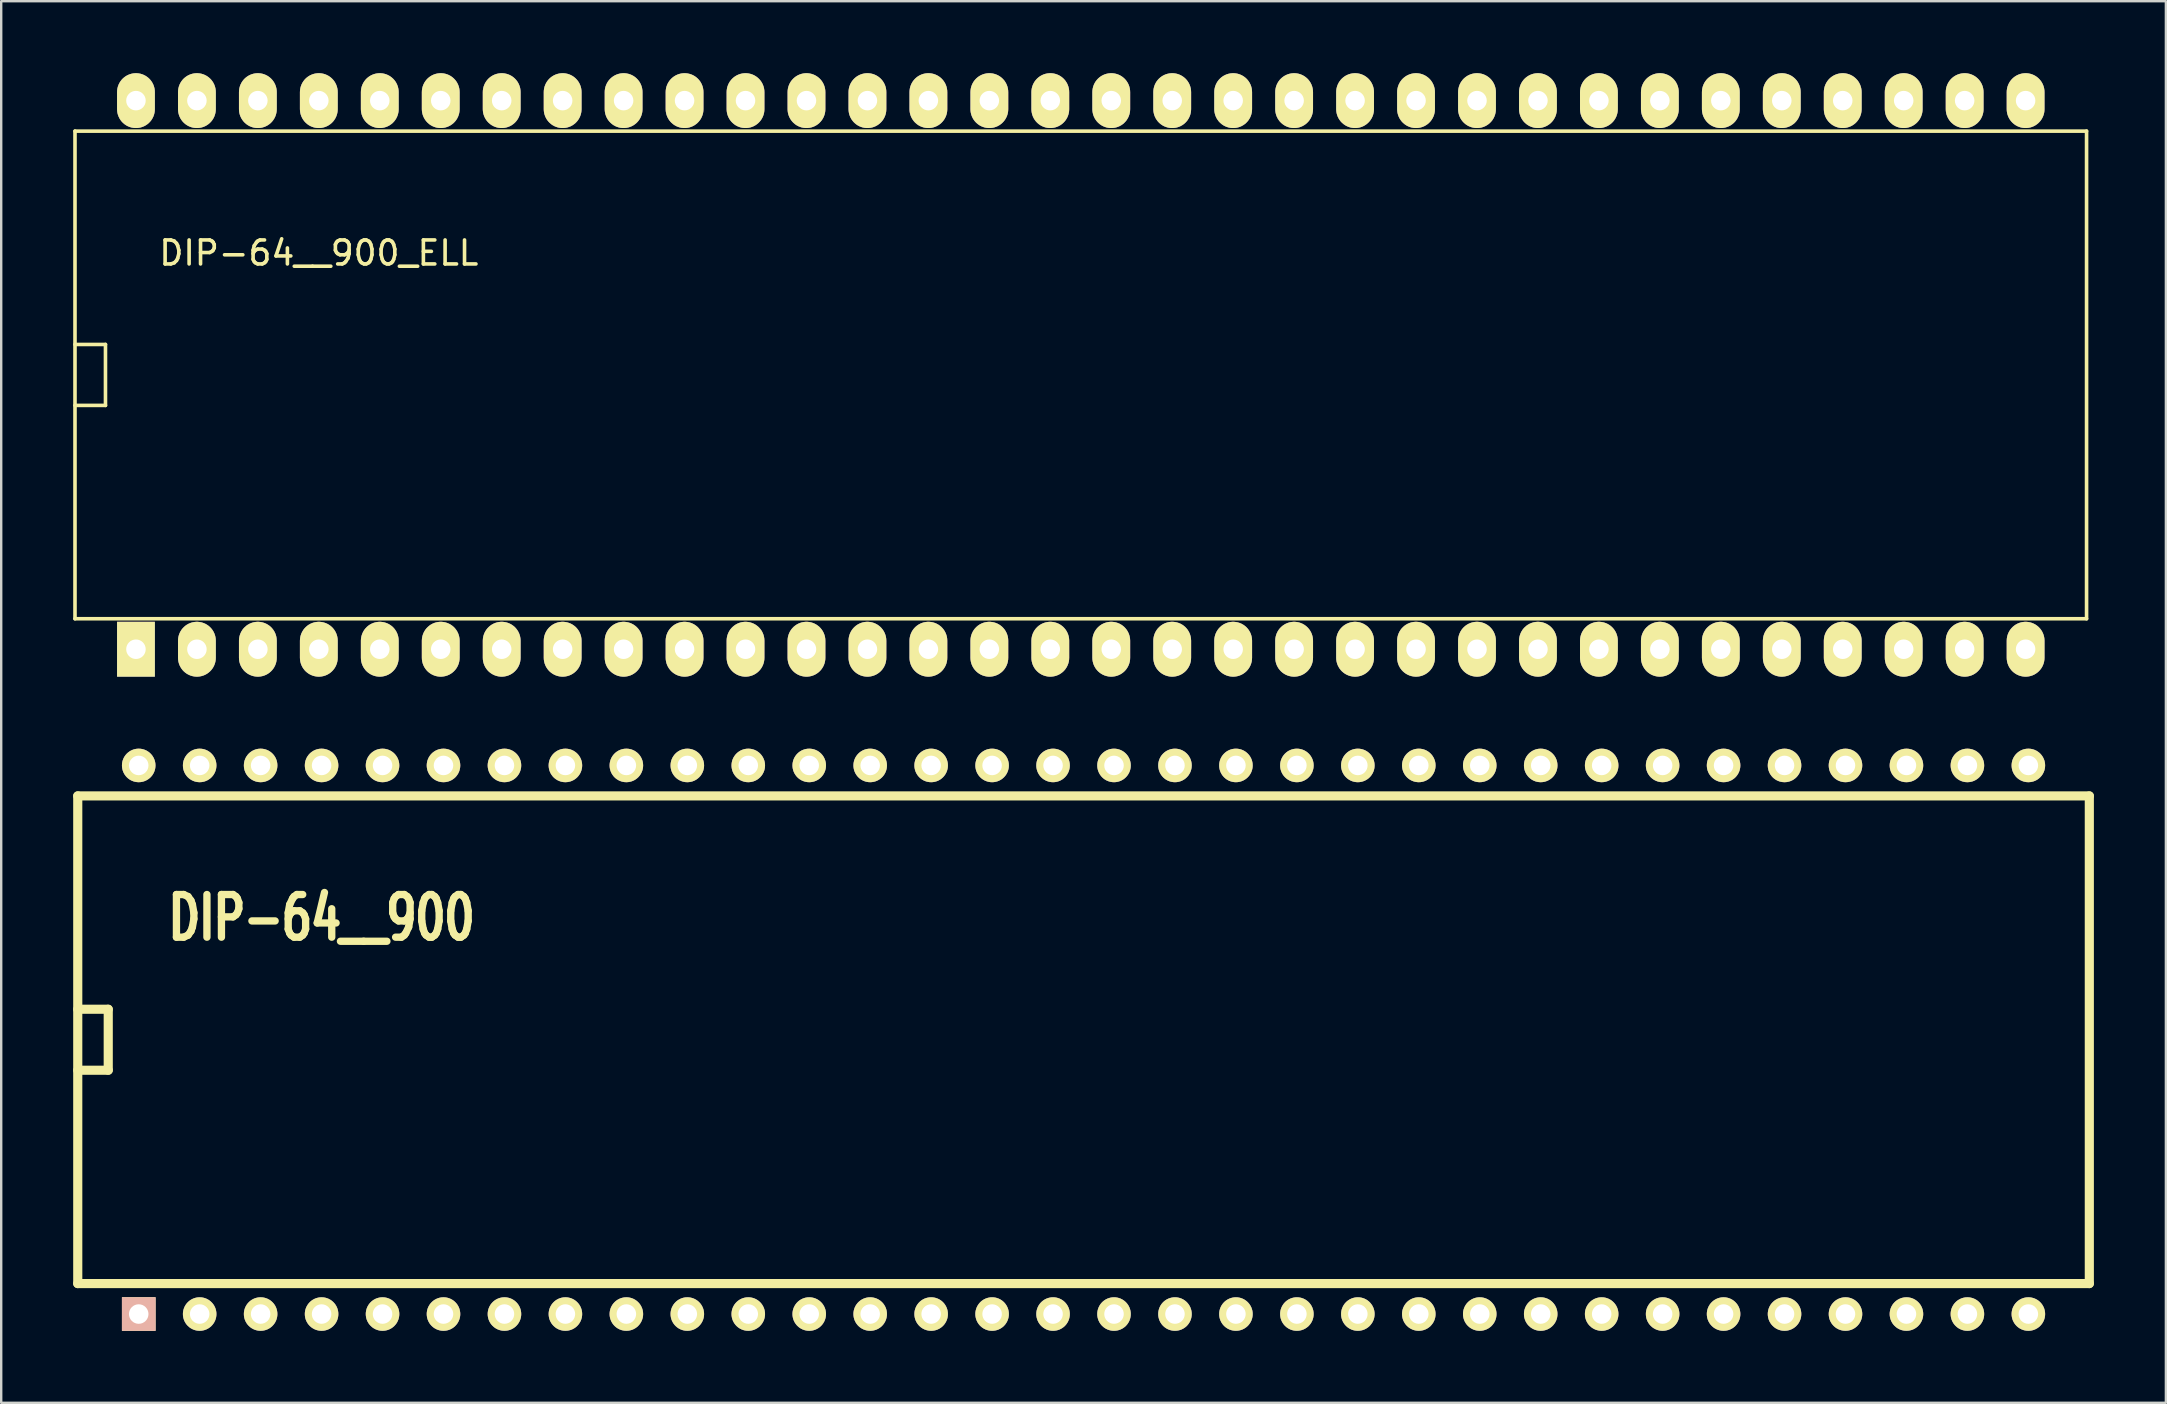
<source format=kicad_pcb>
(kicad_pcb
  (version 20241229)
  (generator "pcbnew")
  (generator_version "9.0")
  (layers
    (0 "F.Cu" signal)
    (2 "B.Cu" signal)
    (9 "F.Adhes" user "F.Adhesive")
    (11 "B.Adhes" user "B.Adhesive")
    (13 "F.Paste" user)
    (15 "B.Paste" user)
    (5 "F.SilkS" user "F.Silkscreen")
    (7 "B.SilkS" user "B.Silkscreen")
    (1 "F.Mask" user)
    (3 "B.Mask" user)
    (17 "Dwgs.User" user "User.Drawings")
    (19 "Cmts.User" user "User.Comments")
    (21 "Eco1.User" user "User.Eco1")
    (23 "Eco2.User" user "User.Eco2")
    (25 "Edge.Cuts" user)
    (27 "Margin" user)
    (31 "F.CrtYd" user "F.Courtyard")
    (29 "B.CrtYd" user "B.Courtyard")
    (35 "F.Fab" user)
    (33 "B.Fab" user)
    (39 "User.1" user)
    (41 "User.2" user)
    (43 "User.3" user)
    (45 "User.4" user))
  (footprint "DIP-64__900_ELL"
    (layer "F.Cu")
    (at 41.985 12.573)
    (property "Reference" "DIP-64__900_ELL" (at -31.75 -5.08 0) (layer "F.SilkS") (effects (font (size 1 1) (thickness 0.15))))
    (attr through_hole)
    (fp_line (start -41.91 -10.16) (end 41.91 -10.16) (stroke (width 0.15) (type solid)) (layer "F.SilkS"))
    (fp_line (start -41.91 1.27) (end -40.64 1.27) (stroke (width 0.15) (type solid)) (layer "F.SilkS"))
    (fp_line (start -41.91 10.16) (end -41.91 -10.16) (stroke (width 0.15) (type solid)) (layer "F.SilkS"))
    (fp_line (start -40.64 -1.27) (end -41.91 -1.27) (stroke (width 0.15) (type solid)) (layer "F.SilkS"))
    (fp_line (start -40.64 1.27) (end -40.64 -1.27) (stroke (width 0.15) (type solid)) (layer "F.SilkS"))
    (fp_line (start 41.91 -10.16) (end 41.91 10.16) (stroke (width 0.15) (type solid)) (layer "F.SilkS"))
    (fp_line (start 41.91 10.16) (end -41.91 10.16) (stroke (width 0.15) (type solid)) (layer "F.SilkS"))
    (pad "1" thru_hole rect (at -39.37 11.43) (size 1.575 2.286) (drill 0.813) (layers "*.Cu" "*.Mask" "F.SilkS"))
    (pad "2" thru_hole oval (at -36.83 11.43) (size 1.575 2.286) (drill 0.813) (layers "*.Cu" "*.Mask" "F.SilkS"))
    (pad "3" thru_hole oval (at -34.29 11.43) (size 1.575 2.286) (drill 0.813) (layers "*.Cu" "*.Mask" "F.SilkS"))
    (pad "4" thru_hole oval (at -31.75 11.43) (size 1.575 2.286) (drill 0.813) (layers "*.Cu" "*.Mask" "F.SilkS"))
    (pad "5" thru_hole oval (at -29.21 11.43) (size 1.575 2.286) (drill 0.813) (layers "*.Cu" "*.Mask" "F.SilkS"))
    (pad "6" thru_hole oval (at -26.67 11.43) (size 1.575 2.286) (drill 0.813) (layers "*.Cu" "*.Mask" "F.SilkS"))
    (pad "7" thru_hole oval (at -24.13 11.43) (size 1.575 2.286) (drill 0.813) (layers "*.Cu" "*.Mask" "F.SilkS"))
    (pad "8" thru_hole oval (at -21.59 11.43) (size 1.575 2.286) (drill 0.813) (layers "*.Cu" "*.Mask" "F.SilkS"))
    (pad "9" thru_hole oval (at -19.05 11.43) (size 1.575 2.286) (drill 0.813) (layers "*.Cu" "*.Mask" "F.SilkS"))
    (pad "10" thru_hole oval (at -16.51 11.43) (size 1.575 2.286) (drill 0.813) (layers "*.Cu" "*.Mask" "F.SilkS"))
    (pad "11" thru_hole oval (at -13.97 11.43) (size 1.575 2.286) (drill 0.813) (layers "*.Cu" "*.Mask" "F.SilkS"))
    (pad "12" thru_hole oval (at -11.43 11.43) (size 1.575 2.286) (drill 0.813) (layers "*.Cu" "*.Mask" "F.SilkS"))
    (pad "13" thru_hole oval (at -8.89 11.43) (size 1.575 2.286) (drill 0.813) (layers "*.Cu" "*.Mask" "F.SilkS"))
    (pad "14" thru_hole oval (at -6.35 11.43) (size 1.575 2.286) (drill 0.813) (layers "*.Cu" "*.Mask" "F.SilkS"))
    (pad "15" thru_hole oval (at -3.81 11.43) (size 1.575 2.286) (drill 0.813) (layers "*.Cu" "*.Mask" "F.SilkS"))
    (pad "16" thru_hole oval (at -1.27 11.43) (size 1.575 2.286) (drill 0.813) (layers "*.Cu" "*.Mask" "F.SilkS"))
    (pad "17" thru_hole oval (at 1.27 11.43) (size 1.575 2.286) (drill 0.813) (layers "*.Cu" "*.Mask" "F.SilkS"))
    (pad "18" thru_hole oval (at 3.81 11.43) (size 1.575 2.286) (drill 0.813) (layers "*.Cu" "*.Mask" "F.SilkS"))
    (pad "19" thru_hole oval (at 6.35 11.43) (size 1.575 2.286) (drill 0.813) (layers "*.Cu" "*.Mask" "F.SilkS"))
    (pad "20" thru_hole oval (at 8.89 11.43) (size 1.575 2.286) (drill 0.813) (layers "*.Cu" "*.Mask" "F.SilkS"))
    (pad "21" thru_hole oval (at 11.43 11.43) (size 1.575 2.286) (drill 0.813) (layers "*.Cu" "*.Mask" "F.SilkS"))
    (pad "22" thru_hole oval (at 13.97 11.43) (size 1.575 2.286) (drill 0.813) (layers "*.Cu" "*.Mask" "F.SilkS"))
    (pad "23" thru_hole oval (at 16.51 11.43) (size 1.575 2.286) (drill 0.813) (layers "*.Cu" "*.Mask" "F.SilkS"))
    (pad "24" thru_hole oval (at 19.05 11.43) (size 1.575 2.286) (drill 0.813) (layers "*.Cu" "*.Mask" "F.SilkS"))
    (pad "25" thru_hole oval (at 21.59 11.43) (size 1.575 2.286) (drill 0.813) (layers "*.Cu" "*.Mask" "F.SilkS"))
    (pad "26" thru_hole oval (at 24.13 11.43) (size 1.575 2.286) (drill 0.813) (layers "*.Cu" "*.Mask" "F.SilkS"))
    (pad "27" thru_hole oval (at 26.67 11.43) (size 1.575 2.286) (drill 0.813) (layers "*.Cu" "*.Mask" "F.SilkS"))
    (pad "28" thru_hole oval (at 29.21 11.43) (size 1.575 2.286) (drill 0.813) (layers "*.Cu" "*.Mask" "F.SilkS"))
    (pad "29" thru_hole oval (at 31.75 11.43) (size 1.575 2.286) (drill 0.813) (layers "*.Cu" "*.Mask" "F.SilkS"))
    (pad "30" thru_hole oval (at 34.29 11.43) (size 1.575 2.286) (drill 0.813) (layers "*.Cu" "*.Mask" "F.SilkS"))
    (pad "31" thru_hole oval (at 36.83 11.43) (size 1.575 2.286) (drill 0.813) (layers "*.Cu" "*.Mask" "F.SilkS"))
    (pad "32" thru_hole oval (at 39.37 11.43) (size 1.575 2.286) (drill 0.813) (layers "*.Cu" "*.Mask" "F.SilkS"))
    (pad "33" thru_hole oval (at 39.37 -11.43) (size 1.575 2.286) (drill 0.813) (layers "*.Cu" "*.Mask" "F.SilkS"))
    (pad "34" thru_hole oval (at 36.83 -11.43) (size 1.575 2.286) (drill 0.813) (layers "*.Cu" "*.Mask" "F.SilkS"))
    (pad "35" thru_hole oval (at 34.29 -11.43) (size 1.575 2.286) (drill 0.813) (layers "*.Cu" "*.Mask" "F.SilkS"))
    (pad "36" thru_hole oval (at 31.75 -11.43) (size 1.575 2.286) (drill 0.813) (layers "*.Cu" "*.Mask" "F.SilkS"))
    (pad "37" thru_hole oval (at 29.21 -11.43) (size 1.575 2.286) (drill 0.813) (layers "*.Cu" "*.Mask" "F.SilkS"))
    (pad "38" thru_hole oval (at 26.67 -11.43) (size 1.575 2.286) (drill 0.813) (layers "*.Cu" "*.Mask" "F.SilkS"))
    (pad "39" thru_hole oval (at 24.13 -11.43) (size 1.575 2.286) (drill 0.813) (layers "*.Cu" "*.Mask" "F.SilkS"))
    (pad "40" thru_hole oval (at 21.59 -11.43) (size 1.575 2.286) (drill 0.813) (layers "*.Cu" "*.Mask" "F.SilkS"))
    (pad "41" thru_hole oval (at 19.05 -11.43) (size 1.575 2.286) (drill 0.813) (layers "*.Cu" "*.Mask" "F.SilkS"))
    (pad "42" thru_hole oval (at 16.51 -11.43) (size 1.575 2.286) (drill 0.813) (layers "*.Cu" "*.Mask" "F.SilkS"))
    (pad "43" thru_hole oval (at 13.97 -11.43) (size 1.575 2.286) (drill 0.813) (layers "*.Cu" "*.Mask" "F.SilkS"))
    (pad "44" thru_hole oval (at 11.43 -11.43) (size 1.575 2.286) (drill 0.813) (layers "*.Cu" "*.Mask" "F.SilkS"))
    (pad "45" thru_hole oval (at 8.89 -11.43) (size 1.575 2.286) (drill 0.813) (layers "*.Cu" "*.Mask" "F.SilkS"))
    (pad "46" thru_hole oval (at 6.35 -11.43) (size 1.575 2.286) (drill 0.813) (layers "*.Cu" "*.Mask" "F.SilkS"))
    (pad "47" thru_hole oval (at 3.81 -11.43) (size 1.575 2.286) (drill 0.813) (layers "*.Cu" "*.Mask" "F.SilkS"))
    (pad "48" thru_hole oval (at 1.27 -11.43) (size 1.575 2.286) (drill 0.813) (layers "*.Cu" "*.Mask" "F.SilkS"))
    (pad "49" thru_hole oval (at -1.27 -11.43) (size 1.575 2.286) (drill 0.813) (layers "*.Cu" "*.Mask" "F.SilkS"))
    (pad "50" thru_hole oval (at -3.81 -11.43) (size 1.575 2.286) (drill 0.813) (layers "*.Cu" "*.Mask" "F.SilkS"))
    (pad "51" thru_hole oval (at -6.35 -11.43) (size 1.575 2.286) (drill 0.813) (layers "*.Cu" "*.Mask" "F.SilkS"))
    (pad "52" thru_hole oval (at -8.89 -11.43) (size 1.575 2.286) (drill 0.813) (layers "*.Cu" "*.Mask" "F.SilkS"))
    (pad "53" thru_hole oval (at -11.43 -11.43) (size 1.575 2.286) (drill 0.813) (layers "*.Cu" "*.Mask" "F.SilkS"))
    (pad "54" thru_hole oval (at -13.97 -11.43) (size 1.575 2.286) (drill 0.813) (layers "*.Cu" "*.Mask" "F.SilkS"))
    (pad "55" thru_hole oval (at -16.51 -11.43) (size 1.575 2.286) (drill 0.813) (layers "*.Cu" "*.Mask" "F.SilkS"))
    (pad "56" thru_hole oval (at -19.05 -11.43) (size 1.575 2.286) (drill 0.813) (layers "*.Cu" "*.Mask" "F.SilkS"))
    (pad "57" thru_hole oval (at -21.59 -11.43) (size 1.575 2.286) (drill 0.813) (layers "*.Cu" "*.Mask" "F.SilkS"))
    (pad "58" thru_hole oval (at -24.13 -11.43) (size 1.575 2.286) (drill 0.813) (layers "*.Cu" "*.Mask" "F.SilkS"))
    (pad "59" thru_hole oval (at -26.67 -11.43) (size 1.575 2.286) (drill 0.813) (layers "*.Cu" "*.Mask" "F.SilkS"))
    (pad "60" thru_hole oval (at -29.21 -11.43) (size 1.575 2.286) (drill 0.813) (layers "*.Cu" "*.Mask" "F.SilkS"))
    (pad "61" thru_hole oval (at -31.75 -11.43) (size 1.575 2.286) (drill 0.813) (layers "*.Cu" "*.Mask" "F.SilkS"))
    (pad "62" thru_hole oval (at -34.29 -11.43) (size 1.575 2.286) (drill 0.813) (layers "*.Cu" "*.Mask" "F.SilkS"))
    (pad "63" thru_hole oval (at -36.83 -11.43) (size 1.575 2.286) (drill 0.813) (layers "*.Cu" "*.Mask" "F.SilkS"))
    (pad "64" thru_hole oval (at -39.37 -11.43) (size 1.575 2.286) (drill 0.813) (layers "*.Cu" "*.Mask" "F.SilkS")))
  (footprint "DIP-64__900"
    (layer "F.Cu")
    (at 42.1 40.275)
    (property "Reference" "DIP-64__900" (at -31.75 -5.08 0) (layer "F.SilkS") (effects (font (size 1.778 1.27) (thickness 0.305))))
    (attr through_hole)
    (fp_line (start -41.91 -10.16) (end 41.91 -10.16) (stroke (width 0.381) (type solid)) (layer "F.SilkS"))
    (fp_line (start -41.91 1.27) (end -40.64 1.27) (stroke (width 0.381) (type solid)) (layer "F.SilkS"))
    (fp_line (start -41.91 10.16) (end -41.91 -10.16) (stroke (width 0.381) (type solid)) (layer "F.SilkS"))
    (fp_line (start -40.64 -1.27) (end -41.91 -1.27) (stroke (width 0.381) (type solid)) (layer "F.SilkS"))
    (fp_line (start -40.64 1.27) (end -40.64 -1.27) (stroke (width 0.381) (type solid)) (layer "F.SilkS"))
    (fp_line (start 41.91 -10.16) (end 41.91 10.16) (stroke (width 0.381) (type solid)) (layer "F.SilkS"))
    (fp_line (start 41.91 10.16) (end -41.91 10.16) (stroke (width 0.381) (type solid)) (layer "F.SilkS"))
    (pad "1" thru_hole rect (at -39.37 11.43) (size 1.397 1.397) (drill 0.813) (layers "*.Cu" "*.SilkS" "*.Mask"))
    (pad "2" thru_hole circle (at -36.83 11.43) (size 1.397 1.397) (drill 0.813) (layers "*.Cu" "*.Mask" "F.SilkS"))
    (pad "3" thru_hole circle (at -34.29 11.43) (size 1.397 1.397) (drill 0.813) (layers "*.Cu" "*.Mask" "F.SilkS"))
    (pad "4" thru_hole circle (at -31.75 11.43) (size 1.397 1.397) (drill 0.813) (layers "*.Cu" "*.Mask" "F.SilkS"))
    (pad "5" thru_hole circle (at -29.21 11.43) (size 1.397 1.397) (drill 0.813) (layers "*.Cu" "*.Mask" "F.SilkS"))
    (pad "6" thru_hole circle (at -26.67 11.43) (size 1.397 1.397) (drill 0.813) (layers "*.Cu" "*.Mask" "F.SilkS"))
    (pad "7" thru_hole circle (at -24.13 11.43) (size 1.397 1.397) (drill 0.813) (layers "*.Cu" "*.Mask" "F.SilkS"))
    (pad "8" thru_hole circle (at -21.59 11.43) (size 1.397 1.397) (drill 0.813) (layers "*.Cu" "*.Mask" "F.SilkS"))
    (pad "9" thru_hole circle (at -19.05 11.43) (size 1.397 1.397) (drill 0.813) (layers "*.Cu" "*.Mask" "F.SilkS"))
    (pad "10" thru_hole circle (at -16.51 11.43) (size 1.397 1.397) (drill 0.813) (layers "*.Cu" "*.Mask" "F.SilkS"))
    (pad "11" thru_hole circle (at -13.97 11.43) (size 1.397 1.397) (drill 0.813) (layers "*.Cu" "*.Mask" "F.SilkS"))
    (pad "12" thru_hole circle (at -11.43 11.43) (size 1.397 1.397) (drill 0.813) (layers "*.Cu" "*.Mask" "F.SilkS"))
    (pad "13" thru_hole circle (at -8.89 11.43) (size 1.397 1.397) (drill 0.813) (layers "*.Cu" "*.Mask" "F.SilkS"))
    (pad "14" thru_hole circle (at -6.35 11.43) (size 1.397 1.397) (drill 0.813) (layers "*.Cu" "*.Mask" "F.SilkS"))
    (pad "15" thru_hole circle (at -3.81 11.43) (size 1.397 1.397) (drill 0.813) (layers "*.Cu" "*.Mask" "F.SilkS"))
    (pad "16" thru_hole circle (at -1.27 11.43) (size 1.397 1.397) (drill 0.813) (layers "*.Cu" "*.Mask" "F.SilkS"))
    (pad "17" thru_hole circle (at 1.27 11.43) (size 1.397 1.397) (drill 0.813) (layers "*.Cu" "*.Mask" "F.SilkS"))
    (pad "18" thru_hole circle (at 3.81 11.43) (size 1.397 1.397) (drill 0.813) (layers "*.Cu" "*.Mask" "F.SilkS"))
    (pad "19" thru_hole circle (at 6.35 11.43) (size 1.397 1.397) (drill 0.813) (layers "*.Cu" "*.Mask" "F.SilkS"))
    (pad "20" thru_hole circle (at 8.89 11.43) (size 1.397 1.397) (drill 0.813) (layers "*.Cu" "*.Mask" "F.SilkS"))
    (pad "21" thru_hole circle (at 11.43 11.43) (size 1.397 1.397) (drill 0.813) (layers "*.Cu" "*.Mask" "F.SilkS"))
    (pad "22" thru_hole circle (at 13.97 11.43) (size 1.397 1.397) (drill 0.813) (layers "*.Cu" "*.Mask" "F.SilkS"))
    (pad "23" thru_hole circle (at 16.51 11.43) (size 1.397 1.397) (drill 0.813) (layers "*.Cu" "*.Mask" "F.SilkS"))
    (pad "24" thru_hole circle (at 19.05 11.43) (size 1.397 1.397) (drill 0.813) (layers "*.Cu" "*.Mask" "F.SilkS"))
    (pad "25" thru_hole circle (at 21.59 11.43) (size 1.397 1.397) (drill 0.813) (layers "*.Cu" "*.Mask" "F.SilkS"))
    (pad "26" thru_hole circle (at 24.13 11.43) (size 1.397 1.397) (drill 0.813) (layers "*.Cu" "*.Mask" "F.SilkS"))
    (pad "27" thru_hole circle (at 26.67 11.43) (size 1.397 1.397) (drill 0.813) (layers "*.Cu" "*.Mask" "F.SilkS"))
    (pad "28" thru_hole circle (at 29.21 11.43) (size 1.397 1.397) (drill 0.813) (layers "*.Cu" "*.Mask" "F.SilkS"))
    (pad "29" thru_hole circle (at 31.75 11.43) (size 1.397 1.397) (drill 0.813) (layers "*.Cu" "*.Mask" "F.SilkS"))
    (pad "30" thru_hole circle (at 34.29 11.43) (size 1.397 1.397) (drill 0.813) (layers "*.Cu" "*.Mask" "F.SilkS"))
    (pad "31" thru_hole circle (at 36.83 11.43) (size 1.397 1.397) (drill 0.813) (layers "*.Cu" "*.Mask" "F.SilkS"))
    (pad "32" thru_hole circle (at 39.37 11.43) (size 1.397 1.397) (drill 0.813) (layers "*.Cu" "*.Mask" "F.SilkS"))
    (pad "33" thru_hole circle (at 39.37 -11.43) (size 1.397 1.397) (drill 0.813) (layers "*.Cu" "*.Mask" "F.SilkS"))
    (pad "34" thru_hole circle (at 36.83 -11.43) (size 1.397 1.397) (drill 0.813) (layers "*.Cu" "*.Mask" "F.SilkS"))
    (pad "35" thru_hole circle (at 34.29 -11.43) (size 1.397 1.397) (drill 0.813) (layers "*.Cu" "*.Mask" "F.SilkS"))
    (pad "36" thru_hole circle (at 31.75 -11.43) (size 1.397 1.397) (drill 0.813) (layers "*.Cu" "*.Mask" "F.SilkS"))
    (pad "37" thru_hole circle (at 29.21 -11.43) (size 1.397 1.397) (drill 0.813) (layers "*.Cu" "*.Mask" "F.SilkS"))
    (pad "38" thru_hole circle (at 26.67 -11.43) (size 1.397 1.397) (drill 0.813) (layers "*.Cu" "*.Mask" "F.SilkS"))
    (pad "39" thru_hole circle (at 24.13 -11.43) (size 1.397 1.397) (drill 0.813) (layers "*.Cu" "*.Mask" "F.SilkS"))
    (pad "40" thru_hole circle (at 21.59 -11.43) (size 1.397 1.397) (drill 0.813) (layers "*.Cu" "*.Mask" "F.SilkS"))
    (pad "41" thru_hole circle (at 19.05 -11.43) (size 1.397 1.397) (drill 0.813) (layers "*.Cu" "*.Mask" "F.SilkS"))
    (pad "42" thru_hole circle (at 16.51 -11.43) (size 1.397 1.397) (drill 0.813) (layers "*.Cu" "*.Mask" "F.SilkS"))
    (pad "43" thru_hole circle (at 13.97 -11.43) (size 1.397 1.397) (drill 0.813) (layers "*.Cu" "*.Mask" "F.SilkS"))
    (pad "44" thru_hole circle (at 11.43 -11.43) (size 1.397 1.397) (drill 0.813) (layers "*.Cu" "*.Mask" "F.SilkS"))
    (pad "45" thru_hole circle (at 8.89 -11.43) (size 1.397 1.397) (drill 0.813) (layers "*.Cu" "*.Mask" "F.SilkS"))
    (pad "46" thru_hole circle (at 6.35 -11.43) (size 1.397 1.397) (drill 0.813) (layers "*.Cu" "*.Mask" "F.SilkS"))
    (pad "47" thru_hole circle (at 3.81 -11.43) (size 1.397 1.397) (drill 0.813) (layers "*.Cu" "*.Mask" "F.SilkS"))
    (pad "48" thru_hole circle (at 1.27 -11.43) (size 1.397 1.397) (drill 0.813) (layers "*.Cu" "*.Mask" "F.SilkS"))
    (pad "49" thru_hole circle (at -1.27 -11.43) (size 1.397 1.397) (drill 0.813) (layers "*.Cu" "*.Mask" "F.SilkS"))
    (pad "50" thru_hole circle (at -3.81 -11.43) (size 1.397 1.397) (drill 0.813) (layers "*.Cu" "*.Mask" "F.SilkS"))
    (pad "51" thru_hole circle (at -6.35 -11.43) (size 1.397 1.397) (drill 0.813) (layers "*.Cu" "*.Mask" "F.SilkS"))
    (pad "52" thru_hole circle (at -8.89 -11.43) (size 1.397 1.397) (drill 0.813) (layers "*.Cu" "*.Mask" "F.SilkS"))
    (pad "53" thru_hole circle (at -11.43 -11.43) (size 1.397 1.397) (drill 0.813) (layers "*.Cu" "*.Mask" "F.SilkS"))
    (pad "54" thru_hole circle (at -13.97 -11.43) (size 1.397 1.397) (drill 0.813) (layers "*.Cu" "*.Mask" "F.SilkS"))
    (pad "55" thru_hole circle (at -16.51 -11.43) (size 1.397 1.397) (drill 0.813) (layers "*.Cu" "*.Mask" "F.SilkS"))
    (pad "56" thru_hole circle (at -19.05 -11.43) (size 1.397 1.397) (drill 0.813) (layers "*.Cu" "*.Mask" "F.SilkS"))
    (pad "57" thru_hole circle (at -21.59 -11.43) (size 1.397 1.397) (drill 0.813) (layers "*.Cu" "*.Mask" "F.SilkS"))
    (pad "58" thru_hole circle (at -24.13 -11.43) (size 1.397 1.397) (drill 0.813) (layers "*.Cu" "*.Mask" "F.SilkS"))
    (pad "59" thru_hole circle (at -26.67 -11.43) (size 1.397 1.397) (drill 0.813) (layers "*.Cu" "*.Mask" "F.SilkS"))
    (pad "60" thru_hole circle (at -29.21 -11.43) (size 1.397 1.397) (drill 0.813) (layers "*.Cu" "*.Mask" "F.SilkS"))
    (pad "61" thru_hole circle (at -31.75 -11.43) (size 1.397 1.397) (drill 0.813) (layers "*.Cu" "*.Mask" "F.SilkS"))
    (pad "62" thru_hole circle (at -34.29 -11.43) (size 1.397 1.397) (drill 0.813) (layers "*.Cu" "*.Mask" "F.SilkS"))
    (pad "63" thru_hole circle (at -36.83 -11.43) (size 1.397 1.397) (drill 0.813) (layers "*.Cu" "*.Mask" "F.SilkS"))
    (pad "64" thru_hole circle (at -39.37 -11.43) (size 1.397 1.397) (drill 0.813) (layers "*.Cu" "*.Mask" "F.SilkS")))
  (gr_rect
    (start -3 -3)
    (end 87.201 55.403)
    (stroke (width 0.1) (type default))
    (fill no)
    (layer "Edge.Cuts")))
</source>
